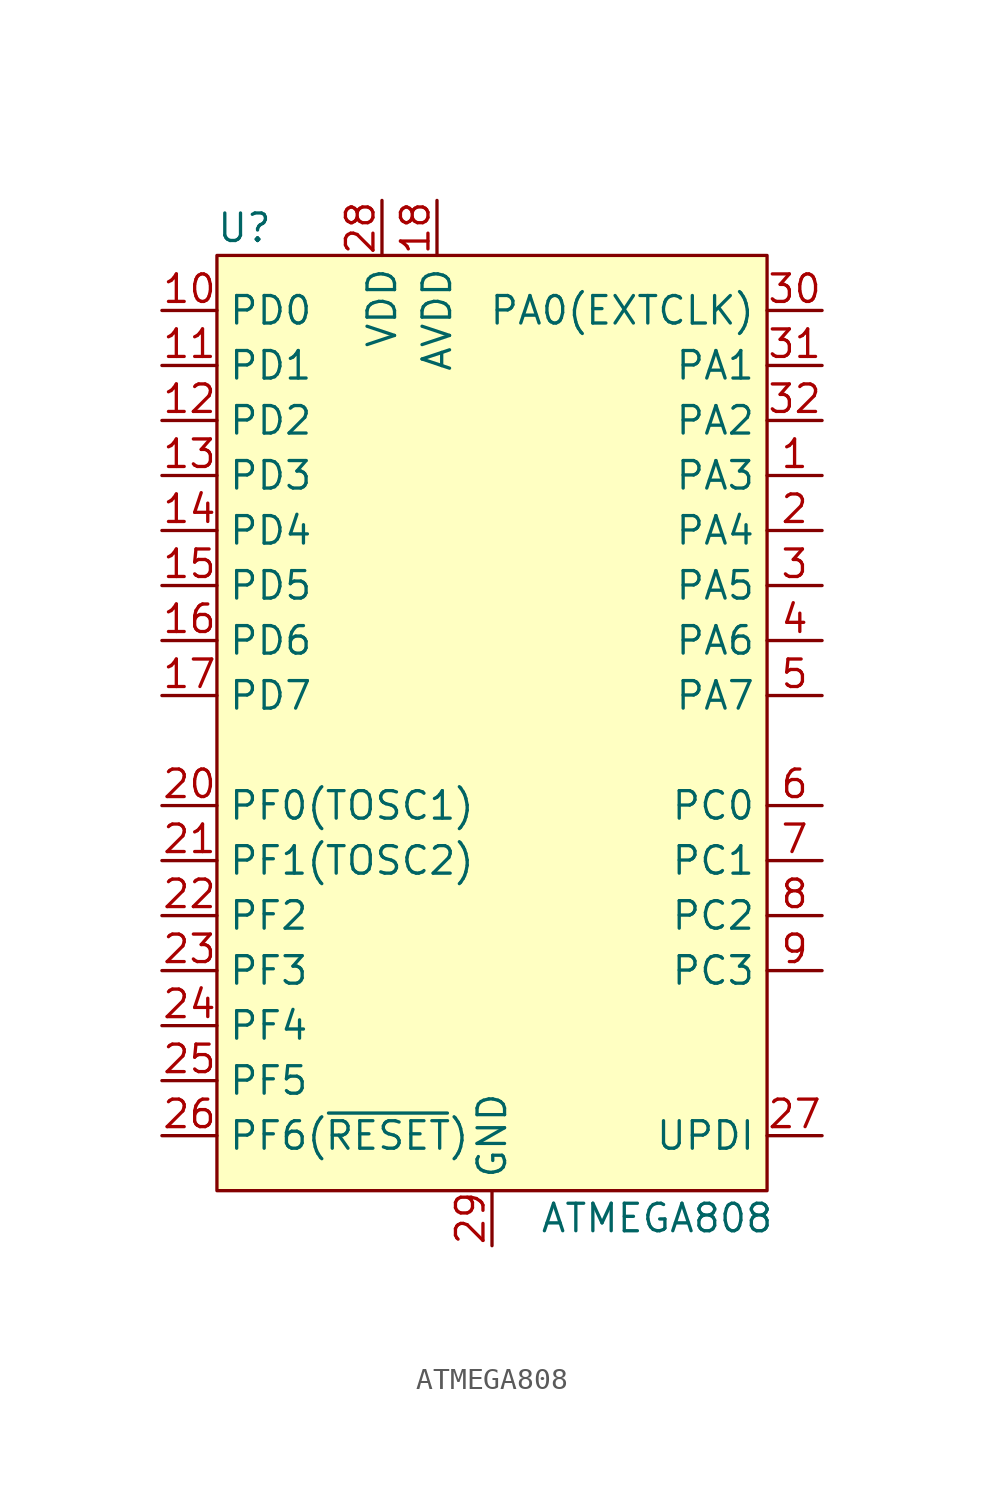
<source format=kicad_sym>
(kicad_symbol_lib
  (version 20211014)
  (generator kicad_symbol_editor)
  (symbol "ATMEGA808"
    (property "Reference" "U"
      (at -11.43 26.67 0)
      (effects (font (size 1.27 1.27))))
    (property "Value" "ATMEGA808"
      (at 7.62 -19.05 0)
      (effects (font (size 1.27 1.27))))
    (symbol "ATMEGA808_0_1"
      (rectangle (start -12.7 25.4) (end 12.7 -17.78) (stroke (width 0) (type default) (color 0 0 0 0)) (fill (type background))))
    (symbol "ATMEGA808_1_1"
      (pin bidirectional line (at 15.24 15.24 180) (length 2.54) (name "PA3" (effects (font (size 1.27 1.27)))) (number "1" (effects (font (size 1.27 1.27)))))
      (pin bidirectional line (at -15.24 22.86 0) (length 2.54) (name "PD0" (effects (font (size 1.27 1.27)))) (number "10" (effects (font (size 1.27 1.27)))))
      (pin bidirectional line (at -15.24 20.32 0) (length 2.54) (name "PD1" (effects (font (size 1.27 1.27)))) (number "11" (effects (font (size 1.27 1.27)))))
      (pin bidirectional line (at -15.24 17.78 0) (length 2.54) (name "PD2" (effects (font (size 1.27 1.27)))) (number "12" (effects (font (size 1.27 1.27)))))
      (pin bidirectional line (at -15.24 15.24 0) (length 2.54) (name "PD3" (effects (font (size 1.27 1.27)))) (number "13" (effects (font (size 1.27 1.27)))))
      (pin bidirectional line (at -15.24 12.7 0) (length 2.54) (name "PD4" (effects (font (size 1.27 1.27)))) (number "14" (effects (font (size 1.27 1.27)))))
      (pin bidirectional line (at -15.24 10.16 0) (length 2.54) (name "PD5" (effects (font (size 1.27 1.27)))) (number "15" (effects (font (size 1.27 1.27)))))
      (pin bidirectional line (at -15.24 7.62 0) (length 2.54) (name "PD6" (effects (font (size 1.27 1.27)))) (number "16" (effects (font (size 1.27 1.27)))))
      (pin bidirectional line (at -15.24 5.08 0) (length 2.54) (name "PD7" (effects (font (size 1.27 1.27)))) (number "17" (effects (font (size 1.27 1.27)))))
      (pin power_in line (at -2.54 27.94 270) (length 2.54) (name "AVDD" (effects (font (size 1.27 1.27)))) (number "18" (effects (font (size 1.27 1.27)))))
      (pin power_in line (at 0 -20.32 90) (length 2.54) hide (name "GND" (effects (font (size 1.27 1.27)))) (number "19" (effects (font (size 1.27 1.27)))))
      (pin bidirectional line (at 15.24 12.7 180) (length 2.54) (name "PA4" (effects (font (size 1.27 1.27)))) (number "2" (effects (font (size 1.27 1.27)))))
      (pin bidirectional line (at -15.24 0 0) (length 2.54) (name "PF0(TOSC1)" (effects (font (size 1.27 1.27)))) (number "20" (effects (font (size 1.27 1.27)))))
      (pin bidirectional line (at -15.24 -2.54 0) (length 2.54) (name "PF1(TOSC2)" (effects (font (size 1.27 1.27)))) (number "21" (effects (font (size 1.27 1.27)))))
      (pin bidirectional line (at -15.24 -5.08 0) (length 2.54) (name "PF2" (effects (font (size 1.27 1.27)))) (number "22" (effects (font (size 1.27 1.27)))))
      (pin bidirectional line (at -15.24 -7.62 0) (length 2.54) (name "PF3" (effects (font (size 1.27 1.27)))) (number "23" (effects (font (size 1.27 1.27)))))
      (pin bidirectional line (at -15.24 -10.16 0) (length 2.54) (name "PF4" (effects (font (size 1.27 1.27)))) (number "24" (effects (font (size 1.27 1.27)))))
      (pin bidirectional line (at -15.24 -12.7 0) (length 2.54) (name "PF5" (effects (font (size 1.27 1.27)))) (number "25" (effects (font (size 1.27 1.27)))))
      (pin bidirectional line (at -15.24 -15.24 0) (length 2.54) (name "PF6(~{RESET})" (effects (font (size 1.27 1.27)))) (number "26" (effects (font (size 1.27 1.27)))))
      (pin bidirectional line (at 15.24 -15.24 180) (length 2.54) (name "UPDI" (effects (font (size 1.27 1.27)))) (number "27" (effects (font (size 1.27 1.27)))))
      (pin power_in line (at -5.08 27.94 270) (length 2.54) (name "VDD" (effects (font (size 1.27 1.27)))) (number "28" (effects (font (size 1.27 1.27)))))
      (pin power_in line (at 0 -20.32 90) (length 2.54) (name "GND" (effects (font (size 1.27 1.27)))) (number "29" (effects (font (size 1.27 1.27)))))
      (pin bidirectional line (at 15.24 10.16 180) (length 2.54) (name "PA5" (effects (font (size 1.27 1.27)))) (number "3" (effects (font (size 1.27 1.27)))))
      (pin bidirectional line (at 15.24 22.86 180) (length 2.54) (name "PA0(EXTCLK)" (effects (font (size 1.27 1.27)))) (number "30" (effects (font (size 1.27 1.27)))))
      (pin bidirectional line (at 15.24 20.32 180) (length 2.54) (name "PA1" (effects (font (size 1.27 1.27)))) (number "31" (effects (font (size 1.27 1.27)))))
      (pin bidirectional line (at 15.24 17.78 180) (length 2.54) (name "PA2" (effects (font (size 1.27 1.27)))) (number "32" (effects (font (size 1.27 1.27)))))
      (pin bidirectional line (at 15.24 7.62 180) (length 2.54) (name "PA6" (effects (font (size 1.27 1.27)))) (number "4" (effects (font (size 1.27 1.27)))))
      (pin bidirectional line (at 15.24 5.08 180) (length 2.54) (name "PA7" (effects (font (size 1.27 1.27)))) (number "5" (effects (font (size 1.27 1.27)))))
      (pin bidirectional line (at 15.24 0 180) (length 2.54) (name "PC0" (effects (font (size 1.27 1.27)))) (number "6" (effects (font (size 1.27 1.27)))))
      (pin bidirectional line (at 15.24 -2.54 180) (length 2.54) (name "PC1" (effects (font (size 1.27 1.27)))) (number "7" (effects (font (size 1.27 1.27)))))
      (pin bidirectional line (at 15.24 -5.08 180) (length 2.54) (name "PC2" (effects (font (size 1.27 1.27)))) (number "8" (effects (font (size 1.27 1.27)))))
      (pin bidirectional line (at 15.24 -7.62 180) (length 2.54) (name "PC3" (effects (font (size 1.27 1.27)))) (number "9" (effects (font (size 1.27 1.27))))))))
</source>
